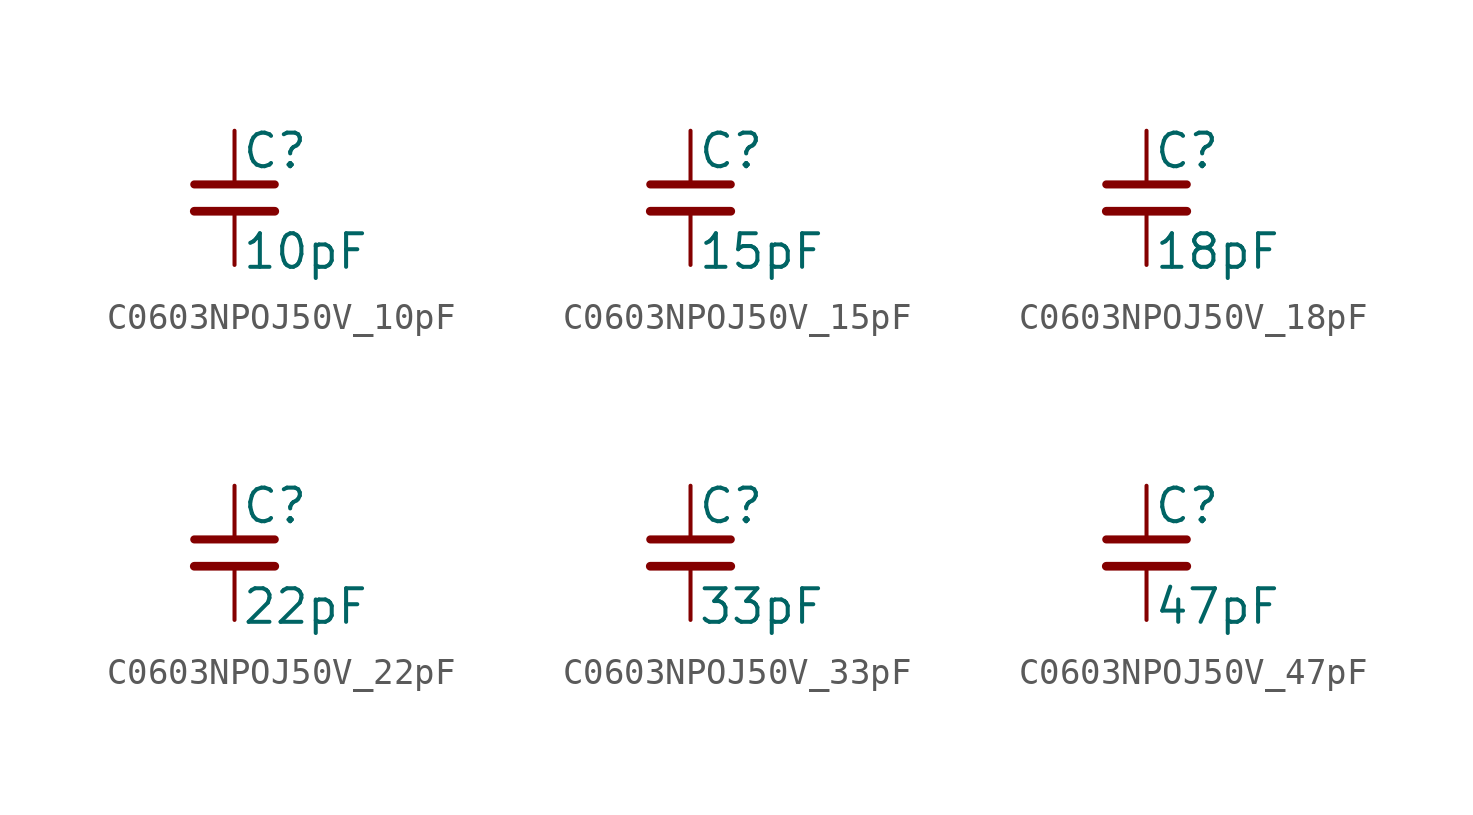
<source format=kicad_sym>
(kicad_symbol_lib
  (version 20220914)
  (generator kicad_symbol_editor)
  (symbol "C0603NPOJ50V_10pF"
    (pin_numbers hide)
    (pin_names
      (offset 0.254) hide)
    (property "Reference" "C"
      (at 0.254 1.778 0)
      (effects (font (size 1.27 1.27)) (justify left)))
    (property "Value" "10pF"
      (at 0.254 -2.032 0)
      (effects (font (size 1.27 1.27)) (justify left)))
    (symbol "C0603NPOJ50V_10pF_0_1"
      (polyline (pts (xy -1.524 -0.508) (xy 1.524 -0.508)) (stroke (width 0.33) (type default)) (fill (type none)))
      (polyline (pts (xy -1.524 0.508) (xy 1.524 0.508)) (stroke (width 0.305) (type default)) (fill (type none))))
    (symbol "C0603NPOJ50V_10pF_1_1"
      (pin passive line (at 0 2.54 270) (length 2.032) (name "~" (effects (font (size 1.27 1.27)))) (number "1" (effects (font (size 1.27 1.27)))))
      (pin passive line (at 0 -2.54 90) (length 2.032) (name "~" (effects (font (size 1.27 1.27)))) (number "2" (effects (font (size 1.27 1.27)))))))
  (symbol "C0603NPOJ50V_15pF"
    (pin_numbers hide)
    (pin_names
      (offset 0.254) hide)
    (property "Reference" "C"
      (at 0.254 1.778 0)
      (effects (font (size 1.27 1.27)) (justify left)))
    (property "Value" "15pF"
      (at 0.254 -2.032 0)
      (effects (font (size 1.27 1.27)) (justify left)))
    (symbol "C0603NPOJ50V_15pF_0_1"
      (polyline (pts (xy -1.524 -0.508) (xy 1.524 -0.508)) (stroke (width 0.33) (type default)) (fill (type none)))
      (polyline (pts (xy -1.524 0.508) (xy 1.524 0.508)) (stroke (width 0.305) (type default)) (fill (type none))))
    (symbol "C0603NPOJ50V_15pF_1_1"
      (pin passive line (at 0 2.54 270) (length 2.032) (name "~" (effects (font (size 1.27 1.27)))) (number "1" (effects (font (size 1.27 1.27)))))
      (pin passive line (at 0 -2.54 90) (length 2.032) (name "~" (effects (font (size 1.27 1.27)))) (number "2" (effects (font (size 1.27 1.27)))))))
  (symbol "C0603NPOJ50V_18pF"
    (pin_numbers hide)
    (pin_names
      (offset 0.254) hide)
    (property "Reference" "C"
      (at 0.254 1.778 0)
      (effects (font (size 1.27 1.27)) (justify left)))
    (property "Value" "18pF"
      (at 0.254 -2.032 0)
      (effects (font (size 1.27 1.27)) (justify left)))
    (symbol "C0603NPOJ50V_18pF_0_1"
      (polyline (pts (xy -1.524 -0.508) (xy 1.524 -0.508)) (stroke (width 0.33) (type default)) (fill (type none)))
      (polyline (pts (xy -1.524 0.508) (xy 1.524 0.508)) (stroke (width 0.305) (type default)) (fill (type none))))
    (symbol "C0603NPOJ50V_18pF_1_1"
      (pin passive line (at 0 2.54 270) (length 2.032) (name "~" (effects (font (size 1.27 1.27)))) (number "1" (effects (font (size 1.27 1.27)))))
      (pin passive line (at 0 -2.54 90) (length 2.032) (name "~" (effects (font (size 1.27 1.27)))) (number "2" (effects (font (size 1.27 1.27)))))))
  (symbol "C0603NPOJ50V_22pF"
    (pin_numbers hide)
    (pin_names
      (offset 0.254) hide)
    (property "Reference" "C"
      (at 0.254 1.778 0)
      (effects (font (size 1.27 1.27)) (justify left)))
    (property "Value" "22pF"
      (at 0.254 -2.032 0)
      (effects (font (size 1.27 1.27)) (justify left)))
    (symbol "C0603NPOJ50V_22pF_0_1"
      (polyline (pts (xy -1.524 -0.508) (xy 1.524 -0.508)) (stroke (width 0.33) (type default)) (fill (type none)))
      (polyline (pts (xy -1.524 0.508) (xy 1.524 0.508)) (stroke (width 0.305) (type default)) (fill (type none))))
    (symbol "C0603NPOJ50V_22pF_1_1"
      (pin passive line (at 0 2.54 270) (length 2.032) (name "~" (effects (font (size 1.27 1.27)))) (number "1" (effects (font (size 1.27 1.27)))))
      (pin passive line (at 0 -2.54 90) (length 2.032) (name "~" (effects (font (size 1.27 1.27)))) (number "2" (effects (font (size 1.27 1.27)))))))
  (symbol "C0603NPOJ50V_33pF"
    (pin_numbers hide)
    (pin_names
      (offset 0.254) hide)
    (property "Reference" "C"
      (at 0.254 1.778 0)
      (effects (font (size 1.27 1.27)) (justify left)))
    (property "Value" "33pF"
      (at 0.254 -2.032 0)
      (effects (font (size 1.27 1.27)) (justify left)))
    (symbol "C0603NPOJ50V_33pF_0_1"
      (polyline (pts (xy -1.524 -0.508) (xy 1.524 -0.508)) (stroke (width 0.33) (type default)) (fill (type none)))
      (polyline (pts (xy -1.524 0.508) (xy 1.524 0.508)) (stroke (width 0.305) (type default)) (fill (type none))))
    (symbol "C0603NPOJ50V_33pF_1_1"
      (pin passive line (at 0 2.54 270) (length 2.032) (name "~" (effects (font (size 1.27 1.27)))) (number "1" (effects (font (size 1.27 1.27)))))
      (pin passive line (at 0 -2.54 90) (length 2.032) (name "~" (effects (font (size 1.27 1.27)))) (number "2" (effects (font (size 1.27 1.27)))))))
  (symbol "C0603NPOJ50V_47pF"
    (pin_numbers hide)
    (pin_names
      (offset 0.254) hide)
    (property "Reference" "C"
      (at 0.254 1.778 0)
      (effects (font (size 1.27 1.27)) (justify left)))
    (property "Value" "47pF"
      (at 0.254 -2.032 0)
      (effects (font (size 1.27 1.27)) (justify left)))
    (symbol "C0603NPOJ50V_47pF_0_1"
      (polyline (pts (xy -1.524 -0.508) (xy 1.524 -0.508)) (stroke (width 0.33) (type default)) (fill (type none)))
      (polyline (pts (xy -1.524 0.508) (xy 1.524 0.508)) (stroke (width 0.305) (type default)) (fill (type none))))
    (symbol "C0603NPOJ50V_47pF_1_1"
      (pin passive line (at 0 2.54 270) (length 2.032) (name "~" (effects (font (size 1.27 1.27)))) (number "1" (effects (font (size 1.27 1.27)))))
      (pin passive line (at 0 -2.54 90) (length 2.032) (name "~" (effects (font (size 1.27 1.27)))) (number "2" (effects (font (size 1.27 1.27))))))))
</source>
